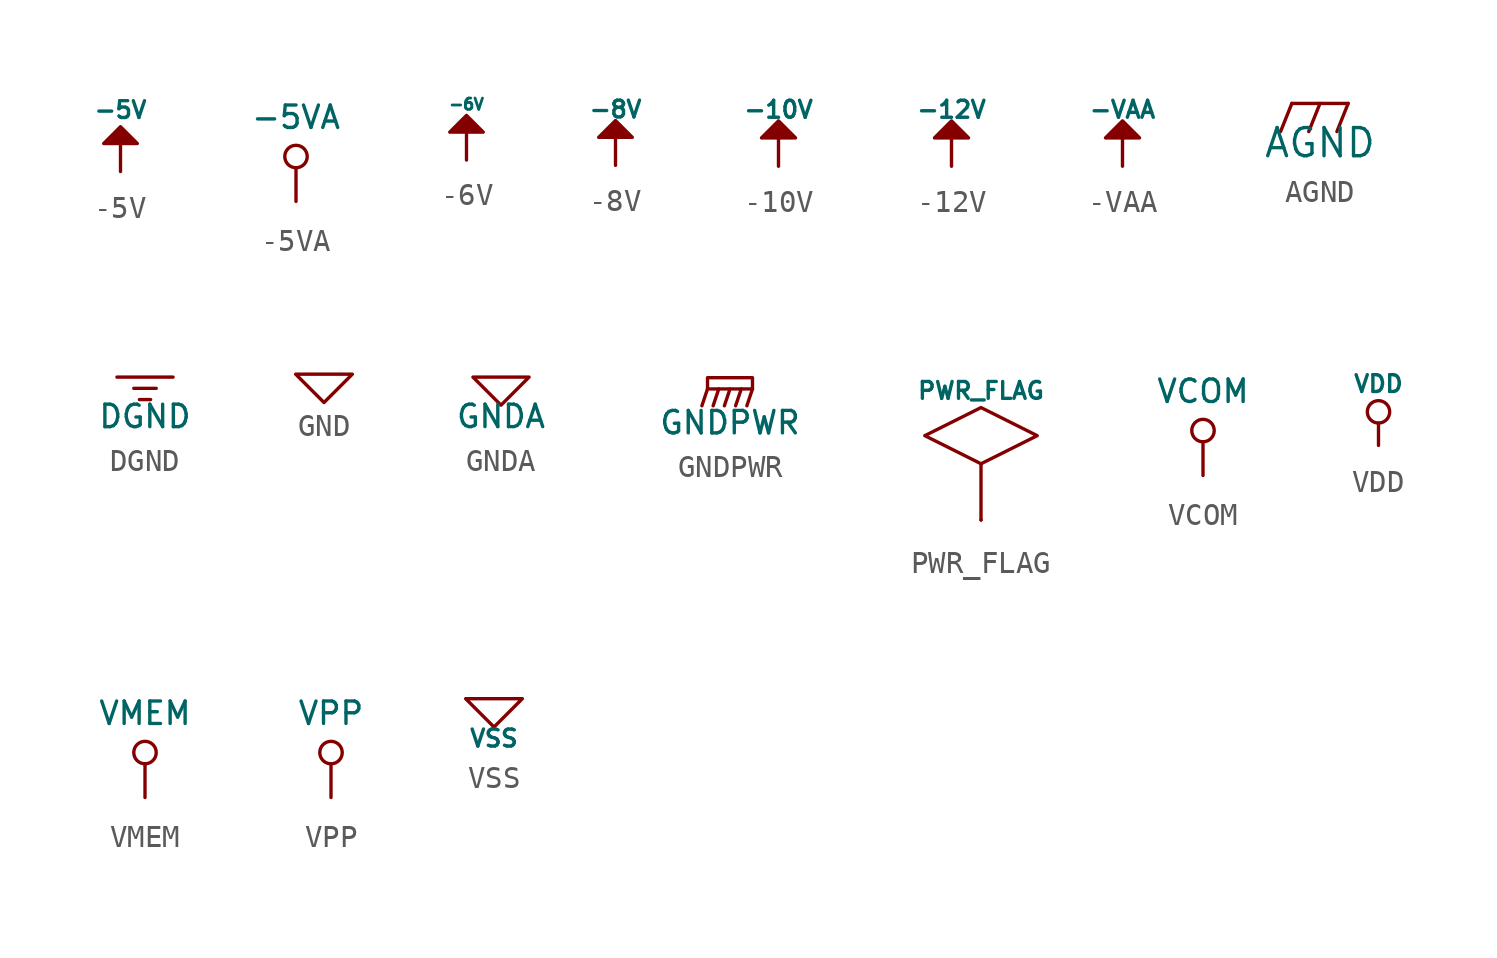
<source format=kicad_sym>
(kicad_symbol_lib
  (version 20220914)
  (generator kicad_symbol_editor)
  (symbol "-5V"
    (power)
    (pin_names
      (offset 0))
    (property "Reference" "#PWR"
      (at 0 3.556 0)
      (effects (font (size 0.508 0.508)) hide))
    (property "Value" "-5V"
      (at 0 2.794 0)
      (effects (font (size 0.762 0.762))))
    (symbol "-5V_0_0"
      (pin power_in line (at 0 0 90) (length 0) hide (name "-5V" (effects (font (size 0.508 0.508)))) (number "1" (effects (font (size 0.508 0.508))))))
    (symbol "-5V_0_1"
      (polyline (pts (xy 0 0) (xy 0 1.27) (xy 0 1.27)) (stroke (width 0) (type solid)) (fill (type none)))
      (polyline (pts (xy 0 2.032) (xy 0.762 1.27) (xy -0.508 1.27) (xy -0.762 1.27) (xy 0 2.032) (xy 0 2.032) (xy 0 2.032)) (stroke (width 0) (type solid)) (fill (type outline)))))
  (symbol "-5VA"
    (pin_names
      (offset 0))
    (property "Reference" "#PWR"
      (at 0 5.08 0)
      (effects (font (size 1.016 1.016)) hide))
    (property "Value" "-5VA"
      (at 0 3.81 0)
      (effects (font (size 1.016 1.016))))
    (symbol "-5VA_0_0"
      (pin power_in line (at 0 0 90) (length 0) hide (name "-5VA" (effects (font (size 1.016 1.016)))) (number "1" (effects (font (size 1.016 1.016))))))
    (symbol "-5VA_0_1"
      (polyline (pts (xy 0 1.524) (xy 0 0)) (stroke (width 0) (type solid)) (fill (type none)))
      (circle (center 0 2.032) (radius 0.508) (stroke (width 0) (type solid)) (fill (type none)))))
  (symbol "-6V"
    (pin_names
      (offset 0))
    (property "Reference" "#PWR"
      (at 0 3.048 0)
      (effects (font (size 0.508 0.508)) hide))
    (property "Value" "-6V"
      (at 0 2.54 0)
      (effects (font (size 0.508 0.508))))
    (symbol "-6V_0_0"
      (pin power_in line (at 0 0 90) (length 0) hide (name "-6V" (effects (font (size 0.508 0.508)))) (number "1" (effects (font (size 0.508 0.508))))))
    (symbol "-6V_0_1"
      (polyline (pts (xy 0 0) (xy 0 1.27) (xy 0 1.27)) (stroke (width 0) (type solid)) (fill (type none)))
      (polyline (pts (xy 0 2.032) (xy 0.762 1.27) (xy -0.508 1.27) (xy -0.762 1.27) (xy 0 2.032) (xy 0 2.032) (xy 0 2.032)) (stroke (width 0) (type solid)) (fill (type outline)))))
  (symbol "-8V"
    (pin_names
      (offset 0))
    (property "Reference" "#PWR"
      (at 0 3.302 0)
      (effects (font (size 0.508 0.508)) hide))
    (property "Value" "-8V"
      (at 0 2.54 0)
      (effects (font (size 0.762 0.762))))
    (symbol "-8V_0_0"
      (pin power_in line (at 0 0 90) (length 0) hide (name "-8V" (effects (font (size 0.508 0.508)))) (number "1" (effects (font (size 0.508 0.508))))))
    (symbol "-8V_0_1"
      (polyline (pts (xy 0 0) (xy 0 1.27) (xy 0 1.27)) (stroke (width 0) (type solid)) (fill (type none)))
      (polyline (pts (xy 0 2.032) (xy 0.762 1.27) (xy -0.508 1.27) (xy -0.762 1.27) (xy 0 2.032) (xy 0 2.032) (xy 0 2.032)) (stroke (width 0) (type solid)) (fill (type outline)))))
  (symbol "-10V"
    (pin_names
      (offset 0))
    (property "Reference" "#PWR"
      (at 0 3.302 0)
      (effects (font (size 0.508 0.508)) hide))
    (property "Value" "-10V"
      (at 0 2.54 0)
      (effects (font (size 0.762 0.762))))
    (symbol "-10V_0_0"
      (pin power_in line (at 0 0 90) (length 0) hide (name "-10V" (effects (font (size 0.508 0.508)))) (number "1" (effects (font (size 0.508 0.508))))))
    (symbol "-10V_0_1"
      (polyline (pts (xy 0 0) (xy 0 1.27) (xy 0 1.27)) (stroke (width 0) (type solid)) (fill (type none)))
      (polyline (pts (xy 0 2.032) (xy 0.762 1.27) (xy -0.508 1.27) (xy -0.762 1.27) (xy 0 2.032) (xy 0 2.032) (xy 0 2.032)) (stroke (width 0) (type solid)) (fill (type outline)))))
  (symbol "-12V"
    (power)
    (pin_names
      (offset 0))
    (property "Reference" "#PWR"
      (at 0 3.302 0)
      (effects (font (size 0.508 0.508)) hide))
    (property "Value" "-12V"
      (at 0 2.54 0)
      (effects (font (size 0.762 0.762))))
    (symbol "-12V_0_0"
      (pin power_in line (at 0 0 90) (length 0) hide (name "-12V" (effects (font (size 0.508 0.508)))) (number "1" (effects (font (size 0.508 0.508))))))
    (symbol "-12V_0_1"
      (polyline (pts (xy 0 0) (xy 0 1.27) (xy 0 1.27)) (stroke (width 0) (type solid)) (fill (type none)))
      (polyline (pts (xy 0 2.032) (xy 0.762 1.27) (xy -0.508 1.27) (xy -0.762 1.27) (xy 0 2.032) (xy 0 2.032) (xy 0 2.032)) (stroke (width 0) (type solid)) (fill (type outline)))))
  (symbol "-VAA"
    (pin_names
      (offset 0))
    (property "Reference" "#PWR"
      (at 0 2.54 0)
      (effects (font (size 0.508 0.508)) hide))
    (property "Value" "-VAA"
      (at 0 2.54 0)
      (effects (font (size 0.762 0.762))))
    (symbol "-VAA_0_0"
      (pin power_in line (at 0 0 90) (length 0) hide (name "-VAA" (effects (font (size 0.508 0.508)))) (number "1" (effects (font (size 0.508 0.508))))))
    (symbol "-VAA_0_1"
      (polyline (pts (xy 0 0) (xy 0 1.27) (xy 0 1.27)) (stroke (width 0) (type solid)) (fill (type none)))
      (polyline (pts (xy 0 2.032) (xy 0.762 1.27) (xy -0.508 1.27) (xy -0.762 1.27) (xy 0 2.032) (xy 0 2.032) (xy 0 2.032)) (stroke (width 0) (type solid)) (fill (type outline)))))
  (symbol "AGND"
    (pin_numbers hide)
    (pin_names
      (offset 0.254) hide)
    (property "Reference" "#PWR"
      (at 0 0 0)
      (effects (font (size 1.016 1.016)) hide))
    (property "Value" "AGND"
      (at 0 -1.778 0)
      (effects (font (size 1.27 1.27))))
    (symbol "AGND_0_1"
      (polyline (pts (xy -1.27 0) (xy -1.778 -1.27) (xy -1.778 -1.27)) (stroke (width 0) (type solid)) (fill (type none)))
      (polyline (pts (xy 0 0) (xy -0.508 -1.27) (xy -0.508 -1.27)) (stroke (width 0) (type solid)) (fill (type none)))
      (polyline (pts (xy 1.27 0) (xy -1.27 0) (xy -1.27 0)) (stroke (width 0) (type solid)) (fill (type none)))
      (polyline (pts (xy 1.27 0) (xy 0.762 -1.27) (xy 0.762 -1.27)) (stroke (width 0) (type solid)) (fill (type none))))
    (symbol "AGND_1_1"
      (pin power_in line (at 0 0 90) (length 0) hide (name "AGND" (effects (font (size 1.016 1.016)))) (number "1" (effects (font (size 1.016 1.016)))))))
  (symbol "DGND"
    (pin_numbers hide)
    (pin_names
      (offset 1.016) hide)
    (property "Reference" "#PWR"
      (at 0 0 0)
      (effects (font (size 1.016 1.016)) hide))
    (property "Value" "DGND"
      (at 0 -1.778 0)
      (effects (font (size 1.016 1.016))))
    (symbol "DGND_0_1"
      (polyline (pts (xy -1.27 0) (xy 1.27 0) (xy 1.27 0)) (stroke (width 0) (type solid)) (fill (type none)))
      (polyline (pts (xy 0.508 -0.508) (xy -0.508 -0.508) (xy -0.508 -0.508)) (stroke (width 0) (type solid)) (fill (type none)))
      (polyline (pts (xy 0.254 -1.016) (xy 0 -1.016) (xy 0 -1.016) (xy -0.254 -1.016) (xy -0.254 -1.016)) (stroke (width 0) (type solid)) (fill (type none))))
    (symbol "DGND_1_1"
      (pin power_in line (at 0 0 90) (length 0) hide (name "DGND" (effects (font (size 1.016 1.016)))) (number "1" (effects (font (size 1.016 1.016)))))))
  (symbol "GND"
    (power)
    (pin_names
      (offset 0))
    (property "Reference" "#PWR"
      (at 0 0 0)
      (effects (font (size 0.762 0.762)) hide))
    (symbol "GND_0_1"
      (polyline (pts (xy -1.27 0) (xy 0 -1.27) (xy 1.27 0) (xy -1.27 0)) (stroke (width 0) (type solid)) (fill (type none))))
    (symbol "GND_1_1"
      (pin power_in line (at 0 0 90) (length 0) hide (name "GND" (effects (font (size 0.762 0.762)))) (number "1" (effects (font (size 0.762 0.762)))))))
  (symbol "GNDA"
    (pin_names
      (offset 0))
    (property "Reference" "#PWR"
      (at 0 0 0)
      (effects (font (size 1.016 1.016)) hide))
    (property "Value" "GNDA"
      (at 0 -1.778 0)
      (effects (font (size 1.016 1.016))))
    (symbol "GNDA_0_1"
      (polyline (pts (xy -1.27 0) (xy 0 -1.27) (xy 1.27 0) (xy -1.27 0)) (stroke (width 0) (type solid)) (fill (type none))))
    (symbol "GNDA_1_1"
      (pin power_in line (at 0 0 90) (length 0) hide (name "GNDA" (effects (font (size 1.016 1.016)))) (number "1" (effects (font (size 1.016 1.016)))))))
  (symbol "GNDPWR"
    (pin_names
      (offset 1.016))
    (property "Reference" "#PWR"
      (at 0 0 0)
      (effects (font (size 1.016 1.016)) hide))
    (property "Value" "GNDPWR"
      (at 0 -2.032 0)
      (effects (font (size 1.016 1.016))))
    (symbol "GNDPWR_0_1"
      (rectangle (start -1.016 0) (end 1.016 -0.508) (stroke (width 0) (type solid)) (fill (type none)))
      (polyline (pts (xy -1.016 -0.508) (xy -1.27 -1.27) (xy -1.27 -1.27)) (stroke (width 0) (type solid)) (fill (type outline)))
      (polyline (pts (xy -0.508 -0.508) (xy -0.762 -1.27) (xy -0.762 -1.27)) (stroke (width 0) (type solid)) (fill (type outline)))
      (polyline (pts (xy 0 -0.508) (xy -0.254 -1.27) (xy -0.254 -1.27)) (stroke (width 0) (type solid)) (fill (type outline)))
      (polyline (pts (xy 0.508 -0.508) (xy 0.254 -1.27) (xy 0.254 -1.27)) (stroke (width 0) (type solid)) (fill (type outline)))
      (polyline (pts (xy 1.016 -0.508) (xy 0.762 -1.27) (xy 0.762 -1.27) (xy 0.762 -1.27)) (stroke (width 0) (type solid)) (fill (type outline))))
    (symbol "GNDPWR_1_1"
      (pin power_in line (at 0 0 90) (length 0) hide (name "GNDPWR" (effects (font (size 1.016 1.016)))) (number "1" (effects (font (size 1.016 1.016)))))))
  (symbol "PWR_FLAG"
    (power)
    (pin_numbers hide)
    (pin_names
      (offset 0) hide)
    (property "Reference" "#FLG"
      (at 0 6.858 0)
      (effects (font (size 0.762 0.762)) hide))
    (property "Value" "PWR_FLAG"
      (at 0 5.842 0)
      (effects (font (size 0.762 0.762))))
    (symbol "PWR_FLAG_0_0"
      (pin power_out line (at 0 0 90) (length 0) (name "pwr" (effects (font (size 0.508 0.508)))) (number "1" (effects (font (size 0.508 0.508))))))
    (symbol "PWR_FLAG_0_1"
      (polyline (pts (xy 0 0) (xy 0 2.54) (xy 0 2.54)) (stroke (width 0) (type solid)) (fill (type none)))
      (polyline (pts (xy 0 2.54) (xy -2.54 3.81) (xy 0 5.08) (xy 2.54 3.81) (xy 0 2.54)) (stroke (width 0) (type solid)) (fill (type none)))))
  (symbol "VCOM"
    (pin_names
      (offset 0))
    (property "Reference" "#PWR"
      (at 0 5.08 0)
      (effects (font (size 1.016 1.016)) hide))
    (property "Value" "VCOM"
      (at 0 3.81 0)
      (effects (font (size 1.016 1.016))))
    (symbol "VCOM_0_0"
      (pin power_in line (at 0 0 90) (length 0) hide (name "VCOM" (effects (font (size 1.016 1.016)))) (number "1" (effects (font (size 1.016 1.016))))))
    (symbol "VCOM_0_1"
      (polyline (pts (xy 0 1.524) (xy 0 0)) (stroke (width 0) (type solid)) (fill (type none)))
      (circle (center 0 2.032) (radius 0.508) (stroke (width 0) (type solid)) (fill (type none)))))
  (symbol "VDD"
    (power)
    (pin_names
      (offset 0))
    (property "Reference" "#PWR"
      (at 0 2.54 0)
      (effects (font (size 0.762 0.762)) hide))
    (property "Value" "VDD"
      (at 0 2.794 0)
      (effects (font (size 0.762 0.762))))
    (symbol "VDD_0_0"
      (pin power_in line (at 0 0 90) (length 0) hide (name "VDD" (effects (font (size 1.016 1.016)))) (number "1" (effects (font (size 1.016 1.016))))))
    (symbol "VDD_0_1"
      (polyline (pts (xy 0 0) (xy 0 1.016) (xy 0 1.016)) (stroke (width 0) (type solid)) (fill (type none)))
      (circle (center 0 1.524) (radius 0.508) (stroke (width 0) (type solid)) (fill (type none)))))
  (symbol "VMEM"
    (pin_names
      (offset 0))
    (property "Reference" "#PWR"
      (at 0 5.08 0)
      (effects (font (size 1.016 1.016)) hide))
    (property "Value" "VMEM"
      (at 0 3.81 0)
      (effects (font (size 1.016 1.016))))
    (symbol "VMEM_0_0"
      (pin power_in line (at 0 0 90) (length 0) hide (name "VMEM" (effects (font (size 1.016 1.016)))) (number "1" (effects (font (size 1.016 1.016))))))
    (symbol "VMEM_0_1"
      (polyline (pts (xy 0 1.524) (xy 0 0)) (stroke (width 0) (type solid)) (fill (type none)))
      (circle (center 0 2.032) (radius 0.508) (stroke (width 0) (type solid)) (fill (type none)))))
  (symbol "VPP"
    (pin_names
      (offset 0))
    (property "Reference" "#PWR"
      (at 0 5.08 0)
      (effects (font (size 1.016 1.016)) hide))
    (property "Value" "VPP"
      (at 0 3.81 0)
      (effects (font (size 1.016 1.016))))
    (symbol "VPP_0_0"
      (pin power_in line (at 0 0 90) (length 0) hide (name "VPP" (effects (font (size 1.016 1.016)))) (number "1" (effects (font (size 1.016 1.016))))))
    (symbol "VPP_0_1"
      (polyline (pts (xy 0 1.524) (xy 0 0)) (stroke (width 0) (type solid)) (fill (type none)))
      (circle (center 0 2.032) (radius 0.508) (stroke (width 0) (type solid)) (fill (type none)))))
  (symbol "VSS"
    (power)
    (pin_names
      (offset 0))
    (property "Reference" "#PWR"
      (at 0 0 0)
      (effects (font (size 0.762 0.762)) hide))
    (property "Value" "VSS"
      (at 0 -1.778 0)
      (effects (font (size 0.762 0.762))))
    (symbol "VSS_0_1"
      (polyline (pts (xy -1.27 0) (xy 0 -1.27) (xy 1.27 0) (xy -1.27 0)) (stroke (width 0) (type solid)) (fill (type none))))
    (symbol "VSS_1_1"
      (pin power_in line (at 0 0 90) (length 0) hide (name "VSS" (effects (font (size 0.762 0.762)))) (number "1" (effects (font (size 0.762 0.762))))))))
</source>
